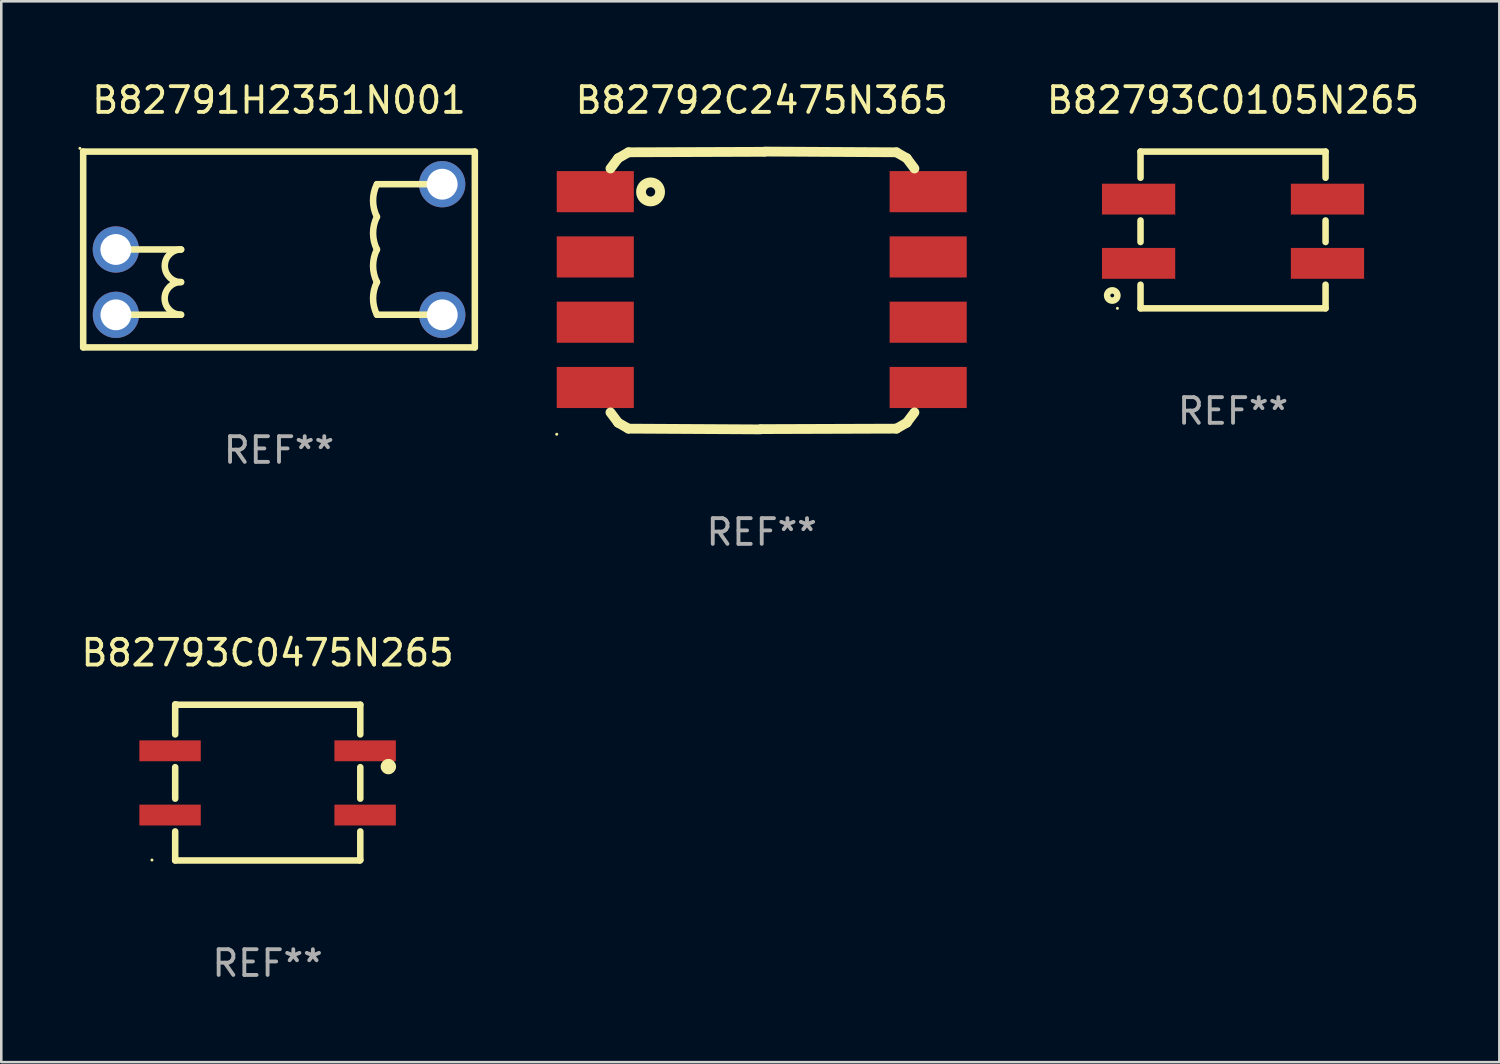
<source format=kicad_pcb>
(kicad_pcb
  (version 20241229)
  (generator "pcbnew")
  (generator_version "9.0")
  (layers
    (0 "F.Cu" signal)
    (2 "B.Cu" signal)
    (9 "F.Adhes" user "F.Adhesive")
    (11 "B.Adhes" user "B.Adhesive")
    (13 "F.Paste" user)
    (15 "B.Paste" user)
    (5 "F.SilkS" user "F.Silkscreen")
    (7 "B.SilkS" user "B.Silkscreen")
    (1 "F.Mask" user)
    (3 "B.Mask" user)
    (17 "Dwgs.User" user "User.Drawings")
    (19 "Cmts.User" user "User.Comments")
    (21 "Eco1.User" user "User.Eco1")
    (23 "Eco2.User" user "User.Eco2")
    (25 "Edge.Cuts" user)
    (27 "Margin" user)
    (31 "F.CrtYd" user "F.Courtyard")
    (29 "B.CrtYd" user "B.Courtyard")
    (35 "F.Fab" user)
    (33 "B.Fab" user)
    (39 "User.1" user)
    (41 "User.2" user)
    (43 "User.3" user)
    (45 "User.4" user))
  (footprint "B82793C0105N265"
    (layer "F.Cu")
    (at 44.931 5.898)
    (property "Reference" "B82793C0105N265" (at 0 -5.05 0) (layer "F.SilkS") (effects (font (size 1 1) (thickness 0.15))))
    (attr through_hole)
    (fp_line (start -3.6 -3.05) (end 3.6 -3.05) (stroke (width 0.254) (type solid)) (layer "F.SilkS"))
    (fp_line (start -3.6 -2.031) (end -3.6 -3.05) (stroke (width 0.254) (type solid)) (layer "F.SilkS"))
    (fp_line (start -3.6 0.469) (end -3.6 -0.369) (stroke (width 0.254) (type solid)) (layer "F.SilkS"))
    (fp_line (start -3.6 3.05) (end -3.6 2.131) (stroke (width 0.254) (type solid)) (layer "F.SilkS"))
    (fp_line (start 3.6 -3.05) (end 3.6 -2.031) (stroke (width 0.254) (type solid)) (layer "F.SilkS"))
    (fp_line (start 3.6 -0.369) (end 3.6 0.469) (stroke (width 0.254) (type solid)) (layer "F.SilkS"))
    (fp_line (start 3.6 2.131) (end 3.6 3.05) (stroke (width 0.254) (type solid)) (layer "F.SilkS"))
    (fp_line (start 3.6 3.05) (end -3.6 3.05) (stroke (width 0.254) (type solid)) (layer "F.SilkS"))
    (fp_circle (center -4.7 2.55) (end -4.5 2.55) (stroke (width 0.254) (type solid)) (fill no) (layer "F.SilkS"))
    (fp_circle (center -4.5 3.05) (end -4.47 3.05) (stroke (width 0.06) (type solid)) (fill no) (layer "F.SilkS"))
    (fp_text user "REF**" (at 0 7.05 0) (layer "F.Fab") (effects (font (size 1 1) (thickness 0.15))))
    (pad "1" smd rect (at -3.675 1.3) (size 2.85 1.2) (layers "F.Cu" "F.Mask" "F.Paste"))
    (pad "2" smd rect (at 3.675 1.3) (size 2.85 1.2) (layers "F.Cu" "F.Mask" "F.Paste"))
    (pad "3" smd rect (at 3.675 -1.2) (size 2.85 1.2) (layers "F.Cu" "F.Mask" "F.Paste"))
    (pad "4" smd rect (at -3.675 -1.2) (size 2.85 1.2) (layers "F.Cu" "F.Mask" "F.Paste")))
  (footprint "B82793C0475N265"
    (layer "F.Cu")
    (at 7.363 27.393)
    (property "Reference" "B82793C0475N265" (at 0 -5.039 0) (layer "F.SilkS") (effects (font (size 1 1) (thickness 0.15))))
    (attr through_hole)
    (fp_line (start -3.596 -3.039) (end -3.596 -1.865) (stroke (width 0.254) (type solid)) (layer "F.SilkS"))
    (fp_line (start -3.596 -0.59) (end -3.596 0.635) (stroke (width 0.254) (type solid)) (layer "F.SilkS"))
    (fp_line (start -3.596 1.91) (end -3.596 3.039) (stroke (width 0.254) (type solid)) (layer "F.SilkS"))
    (fp_line (start -3.596 3.039) (end 3.589 3.039) (stroke (width 0.254) (type solid)) (layer "F.SilkS"))
    (fp_line (start -3.542 -3.021) (end -3.578 -2.984) (stroke (width 0.254) (type solid)) (layer "F.SilkS"))
    (fp_line (start 3.589 3.039) (end 3.607 3.021) (stroke (width 0.254) (type solid)) (layer "F.SilkS"))
    (fp_line (start 3.607 -3.021) (end -3.542 -3.021) (stroke (width 0.254) (type solid)) (layer "F.SilkS"))
    (fp_line (start 3.607 -1.865) (end 3.607 -3.021) (stroke (width 0.254) (type solid)) (layer "F.SilkS"))
    (fp_line (start 3.607 0.635) (end 3.607 -0.59) (stroke (width 0.254) (type solid)) (layer "F.SilkS"))
    (fp_line (start 3.607 3.021) (end 3.607 1.91) (stroke (width 0.254) (type solid)) (layer "F.SilkS"))
    (fp_circle (center -4.5 3.023) (end -4.47 3.023) (stroke (width 0.06) (type solid)) (fill no) (layer "F.SilkS"))
    (fp_circle (center 4.699 -0.612) (end 4.849 -0.612) (stroke (width 0.3) (type solid)) (fill no) (layer "F.SilkS"))
    (fp_text user "REF**" (at 0 7.039 0) (layer "F.Fab") (effects (font (size 1 1) (thickness 0.15))))
    (pad "1" smd rect (at -3.795 1.273 90) (size 0.812 2.39) (layers "F.Cu" "F.Mask" "F.Paste"))
    (pad "2" smd rect (at 3.795 1.273 90) (size 0.812 2.39) (layers "F.Cu" "F.Mask" "F.Paste"))
    (pad "3" smd rect (at 3.795 -1.227 90) (size 0.812 2.39) (layers "F.Cu" "F.Mask" "F.Paste"))
    (pad "4" smd rect (at -3.795 -1.227 90) (size 0.812 2.39) (layers "F.Cu" "F.Mask" "F.Paste")))
  (footprint "B82792C2475N365"
    (layer "F.Cu")
    (at 26.591 8.253)
    (property "Reference" "B82792C2475N365" (at 0 -7.405 0) (layer "F.SilkS") (effects (font (size 1 1) (thickness 0.15))))
    (attr through_hole)
    (fp_line (start -5.887 -4.745) (end -5.587 -5.146) (stroke (width 0.381) (type solid)) (layer "F.SilkS"))
    (fp_line (start -5.887 4.745) (end -5.587 5.146) (stroke (width 0.381) (type solid)) (layer "F.SilkS"))
    (fp_line (start -5.587 -5.146) (end -5.186 -5.377) (stroke (width 0.381) (type solid)) (layer "F.SilkS"))
    (fp_line (start -5.587 5.146) (end -5.186 5.377) (stroke (width 0.381) (type solid)) (layer "F.SilkS"))
    (fp_line (start -5.186 -5.377) (end 0.093 -5.395) (stroke (width 0.381) (type solid)) (layer "F.SilkS"))
    (fp_line (start -5.186 5.377) (end -0.057 5.405) (stroke (width 0.381) (type solid)) (layer "F.SilkS"))
    (fp_line (start 5.242 -5.377) (end 0.113 -5.405) (stroke (width 0.381) (type solid)) (layer "F.SilkS"))
    (fp_line (start 5.242 5.377) (end -0.037 5.395) (stroke (width 0.381) (type solid)) (layer "F.SilkS"))
    (fp_line (start 5.643 -5.146) (end 5.242 -5.377) (stroke (width 0.381) (type solid)) (layer "F.SilkS"))
    (fp_line (start 5.643 5.146) (end 5.242 5.377) (stroke (width 0.381) (type solid)) (layer "F.SilkS"))
    (fp_line (start 5.943 -4.745) (end 5.643 -5.146) (stroke (width 0.381) (type solid)) (layer "F.SilkS"))
    (fp_line (start 5.943 4.745) (end 5.643 5.146) (stroke (width 0.381) (type solid)) (layer "F.SilkS"))
    (fp_circle (center -7.977 5.595) (end -7.947 5.595) (stroke (width 0.06) (type solid)) (fill no) (layer "F.SilkS"))
    (fp_circle (center -4.326 -3.835) (end -4.145 -3.835) (stroke (width 0.381) (type solid)) (fill no) (layer "F.SilkS"))
    (fp_text user "REF**" (at 0 9.405 0) (layer "F.Fab") (effects (font (size 1 1) (thickness 0.15))))
    (pad "1" smd rect (at -6.477 3.775 90) (size 1.6 3) (layers "F.Cu" "F.Mask" "F.Paste"))
    (pad "2" smd rect (at -6.477 1.235 90) (size 1.6 3) (layers "F.Cu" "F.Mask" "F.Paste"))
    (pad "3" smd rect (at -6.477 -1.305 90) (size 1.6 3) (layers "F.Cu" "F.Mask" "F.Paste"))
    (pad "4" smd rect (at -6.477 -3.845 90) (size 1.6 3) (layers "F.Cu" "F.Mask" "F.Paste"))
    (pad "5" smd rect (at 6.477 -3.845 90) (size 1.6 3) (layers "F.Cu" "F.Mask" "F.Paste"))
    (pad "6" smd rect (at 6.477 -1.305 90) (size 1.6 3) (layers "F.Cu" "F.Mask" "F.Paste"))
    (pad "7" smd rect (at 6.477 1.235 90) (size 1.6 3) (layers "F.Cu" "F.Mask" "F.Paste"))
    (pad "8" smd rect (at 6.477 3.775 90) (size 1.6 3) (layers "F.Cu" "F.Mask" "F.Paste")))
  (footprint "B82791H2351N001"
    (layer "F.Cu")
    (at 7.807 6.658)
    (property "Reference" "B82791H2351N001" (at 0 -5.81 0) (layer "F.SilkS") (effects (font (size 1 1) (thickness 0.15))))
    (attr through_hole)
    (fp_line (start -7.62 -3.81) (end -7.62 3.81) (stroke (width 0.254) (type solid)) (layer "F.SilkS"))
    (fp_line (start -7.62 3.81) (end 7.62 3.81) (stroke (width 0.254) (type solid)) (layer "F.SilkS"))
    (fp_line (start -3.81 0) (end -6.35 0) (stroke (width 0.254) (type solid)) (layer "F.SilkS"))
    (fp_line (start -3.81 2.54) (end -6.35 2.54) (stroke (width 0.254) (type solid)) (layer "F.SilkS"))
    (fp_line (start 3.81 2.54) (end 6.35 2.54) (stroke (width 0.254) (type solid)) (layer "F.SilkS"))
    (fp_line (start 6.35 -2.54) (end 3.81 -2.54) (stroke (width 0.254) (type solid)) (layer "F.SilkS"))
    (fp_line (start 7.62 -3.81) (end -7.62 -3.81) (stroke (width 0.254) (type solid)) (layer "F.SilkS"))
    (fp_line (start 7.62 3.81) (end 7.62 -3.81) (stroke (width 0.254) (type solid)) (layer "F.SilkS"))
    (fp_arc (start -3.815088 2.537465) (mid -4.449581 1.902464) (end -3.815088 1.267463) (stroke (width 0.254001) (type solid)) (layer "F.SilkS"))
    (fp_arc (start -3.810008 1.270003) (mid -4.444502 0.635001) (end -3.810008 -0.000001) (stroke (width 0.254001) (type solid)) (layer "F.SilkS"))
    (fp_arc (start 3.810008 -1.270003) (mid 3.660158 -1.905004) (end 3.810008 -2.540005) (stroke (width 0.254001) (type solid)) (layer "F.SilkS"))
    (fp_arc (start 3.810261 -0.000763) (mid 3.660412 -0.635764) (end 3.810262 -1.270765) (stroke (width 0.254001) (type solid)) (layer "F.SilkS"))
    (fp_arc (start 3.810262 1.270256) (mid 3.660412 0.635255) (end 3.810262 0.000254) (stroke (width 0.254001) (type solid)) (layer "F.SilkS"))
    (fp_arc (start 3.810262 2.539243) (mid 3.660412 1.904242) (end 3.810262 1.269241) (stroke (width 0.254001) (type solid)) (layer "F.SilkS"))
    (fp_circle (center -7.747 -3.937) (end -7.717 -3.937) (stroke (width 0.06) (type solid)) (fill no) (layer "F.SilkS"))
    (fp_text user "REF**" (at 0 7.81 0) (layer "F.Fab") (effects (font (size 1 1) (thickness 0.15))))
    (pad "1" thru_hole circle (at -6.35 0) (size 1.8 1.8) (drill 1.2) (layers "*.Cu" "*.Mask"))
    (pad "2" thru_hole circle (at -6.347 2.543) (size 1.8 1.8) (drill 1.2) (layers "*.Cu" "*.Mask"))
    (pad "3" thru_hole circle (at 6.353 2.543) (size 1.8 1.8) (drill 1.2) (layers "*.Cu" "*.Mask"))
    (pad "4" thru_hole circle (at 6.35 -2.54) (size 1.8 1.8) (drill 1.2) (layers "*.Cu" "*.Mask")))
  (gr_rect
    (start -3 -3)
    (end 55.294 38.281)
    (stroke (width 0.1) (type default))
    (fill no)
    (layer "Edge.Cuts")))
</source>
